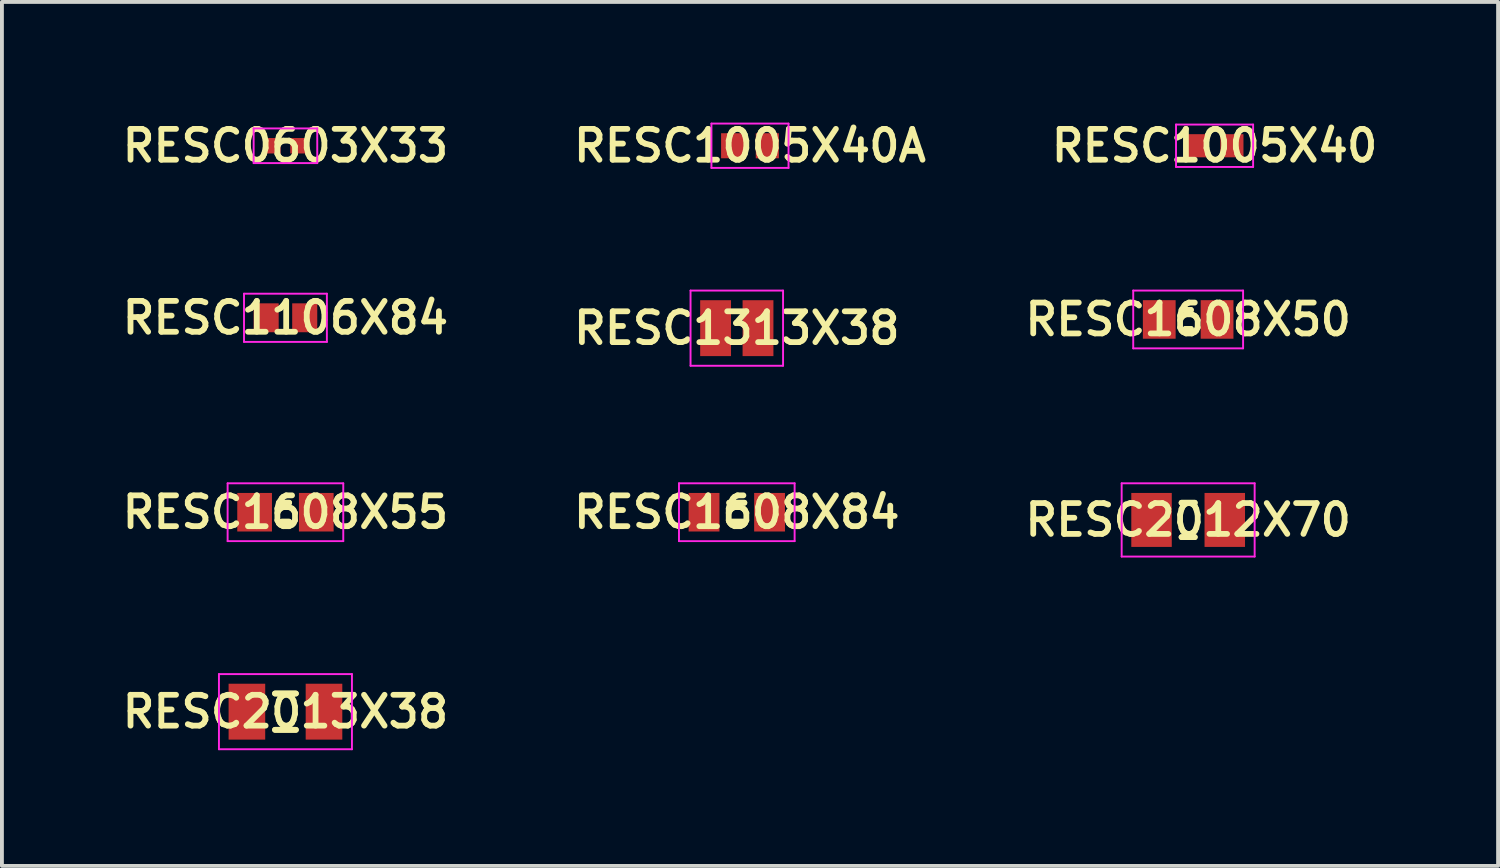
<source format=kicad_pcb>
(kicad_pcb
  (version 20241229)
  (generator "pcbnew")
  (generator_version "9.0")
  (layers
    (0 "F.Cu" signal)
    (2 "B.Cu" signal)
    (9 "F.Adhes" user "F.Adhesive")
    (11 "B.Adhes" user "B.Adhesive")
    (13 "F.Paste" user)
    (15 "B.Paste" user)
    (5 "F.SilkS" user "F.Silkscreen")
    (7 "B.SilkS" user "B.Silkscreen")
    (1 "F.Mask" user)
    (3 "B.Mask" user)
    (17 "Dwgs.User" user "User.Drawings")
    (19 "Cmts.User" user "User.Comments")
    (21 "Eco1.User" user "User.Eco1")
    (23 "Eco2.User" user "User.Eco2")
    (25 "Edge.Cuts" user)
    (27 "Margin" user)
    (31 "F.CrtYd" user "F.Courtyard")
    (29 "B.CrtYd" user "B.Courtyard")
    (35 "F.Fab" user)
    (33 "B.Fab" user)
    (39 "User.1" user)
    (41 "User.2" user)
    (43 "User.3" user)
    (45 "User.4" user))
  (footprint "RESC1608X84"
    (layer "F.Cu")
    (at 16.064 10.238)
    (property "Reference" "RESC1608X84" (at 0 0 0) (layer "F.SilkS") (effects (font (size 0.8 0.8) (thickness 0.15))))
    (attr smd)
    (fp_line (start -0.196 -0.246) (end 0.196 -0.246) (stroke (width 0.15) (type solid)) (layer "F.SilkS"))
    (fp_line (start -0.196 0.246) (end 0.196 0.246) (stroke (width 0.15) (type solid)) (layer "F.SilkS"))
    (fp_line (start 0.196 -0.246) (end -0.196 -0.246) (stroke (width 0.15) (type solid)) (layer "F.SilkS"))
    (fp_line (start 0.196 0.246) (end -0.196 0.246) (stroke (width 0.15) (type solid)) (layer "F.SilkS"))
    (fp_line (start -1.5 -0.75) (end 1.5 -0.75) (stroke (width 0.05) (type solid)) (layer "F.CrtYd"))
    (fp_line (start -1.5 0.75) (end -1.5 -0.75) (stroke (width 0.05) (type solid)) (layer "F.CrtYd"))
    (fp_line (start 1.5 -0.75) (end 1.5 0.75) (stroke (width 0.05) (type solid)) (layer "F.CrtYd"))
    (fp_line (start 1.5 0.75) (end -1.5 0.75) (stroke (width 0.05) (type solid)) (layer "F.CrtYd"))
    (pad "1" smd rect (at -0.85 0) (size 0.8 1) (layers "F.Cu" "F.Mask" "F.Paste"))
    (pad "2" smd rect (at 0.85 0) (size 0.8 1) (layers "F.Cu" "F.Mask" "F.Paste")))
  (footprint "RESC1005X40"
    (layer "F.Cu")
    (at 28.458 0.731)
    (property "Reference" "RESC1005X40" (at 0 0 0) (layer "F.SilkS") (effects (font (size 0.8 0.8) (thickness 0.15))))
    (attr smd)
    (fp_line (start -1 -0.55) (end 1 -0.55) (stroke (width 0.05) (type solid)) (layer "F.CrtYd"))
    (fp_line (start -1 0.55) (end -1 -0.55) (stroke (width 0.05) (type solid)) (layer "F.CrtYd"))
    (fp_line (start 1 -0.55) (end 1 0.55) (stroke (width 0.05) (type solid)) (layer "F.CrtYd"))
    (fp_line (start 1 0.55) (end -1 0.55) (stroke (width 0.05) (type solid)) (layer "F.CrtYd"))
    (pad "1" smd rect (at -0.45 0) (size 0.6 0.6) (layers "F.Cu" "F.Mask" "F.Paste"))
    (pad "2" smd rect (at 0.45 0) (size 0.6 0.6) (layers "F.Cu" "F.Mask" "F.Paste")))
  (footprint "RESC2012X70"
    (layer "F.Cu")
    (at 27.773 10.438)
    (property "Reference" "RESC2012X70" (at 0 0 0) (layer "F.SilkS") (effects (font (size 0.8 0.8) (thickness 0.15))))
    (attr smd)
    (fp_line (start -0.171 -0.446) (end 0.171 -0.446) (stroke (width 0.15) (type solid)) (layer "F.SilkS"))
    (fp_line (start -0.171 0.446) (end 0.171 0.446) (stroke (width 0.15) (type solid)) (layer "F.SilkS"))
    (fp_line (start 0.171 -0.446) (end -0.171 -0.446) (stroke (width 0.15) (type solid)) (layer "F.SilkS"))
    (fp_line (start 0.171 0.446) (end -0.171 0.446) (stroke (width 0.15) (type solid)) (layer "F.SilkS"))
    (fp_line (start -1.725 -0.95) (end 1.725 -0.95) (stroke (width 0.05) (type solid)) (layer "F.CrtYd"))
    (fp_line (start -1.725 0.95) (end -1.725 -0.95) (stroke (width 0.05) (type solid)) (layer "F.CrtYd"))
    (fp_line (start 1.725 -0.95) (end 1.725 0.95) (stroke (width 0.05) (type solid)) (layer "F.CrtYd"))
    (fp_line (start 1.725 0.95) (end -1.725 0.95) (stroke (width 0.05) (type solid)) (layer "F.CrtYd"))
    (pad "1" smd rect (at -0.95 0) (size 1.05 1.4) (layers "F.Cu" "F.Mask" "F.Paste"))
    (pad "2" smd rect (at 0.95 0) (size 1.05 1.4) (layers "F.Cu" "F.Mask" "F.Paste")))
  (footprint "RESC1313X38"
    (layer "F.Cu")
    (at 16.064 5.463)
    (property "Reference" "RESC1313X38" (at 0 0 0) (layer "F.SilkS") (effects (font (size 0.8 0.8) (thickness 0.15))))
    (attr smd)
    (fp_line (start -1.2 -0.975) (end 1.2 -0.975) (stroke (width 0.05) (type solid)) (layer "F.CrtYd"))
    (fp_line (start -1.2 0.975) (end -1.2 -0.975) (stroke (width 0.05) (type solid)) (layer "F.CrtYd"))
    (fp_line (start 1.2 -0.975) (end 1.2 0.975) (stroke (width 0.05) (type solid)) (layer "F.CrtYd"))
    (fp_line (start 1.2 0.975) (end -1.2 0.975) (stroke (width 0.05) (type solid)) (layer "F.CrtYd"))
    (pad "1" smd rect (at -0.55 0) (size 0.8 1.45) (layers "F.Cu" "F.Mask" "F.Paste"))
    (pad "2" smd rect (at 0.55 0) (size 0.8 1.45) (layers "F.Cu" "F.Mask" "F.Paste")))
  (footprint "RESC1005X40A"
    (layer "F.Cu")
    (at 16.406 0.731)
    (property "Reference" "RESC1005X40A" (at 0 0 0) (layer "F.SilkS") (effects (font (size 0.8 0.8) (thickness 0.15))))
    (attr smd)
    (fp_line (start -1 -0.575) (end 1 -0.575) (stroke (width 0.05) (type solid)) (layer "F.CrtYd"))
    (fp_line (start -1 0.575) (end -1 -0.575) (stroke (width 0.05) (type solid)) (layer "F.CrtYd"))
    (fp_line (start 1 -0.575) (end 1 0.575) (stroke (width 0.05) (type solid)) (layer "F.CrtYd"))
    (fp_line (start 1 0.575) (end -1 0.575) (stroke (width 0.05) (type solid)) (layer "F.CrtYd"))
    (pad "1" smd rect (at -0.45 0) (size 0.6 0.65) (layers "F.Cu" "F.Mask" "F.Paste"))
    (pad "2" smd rect (at 0.45 0) (size 0.6 0.65) (layers "F.Cu" "F.Mask" "F.Paste")))
  (footprint "RESC0603X33"
    (layer "F.Cu")
    (at 4.355 0.731)
    (property "Reference" "RESC0603X33" (at 0 0 0) (layer "F.SilkS") (effects (font (size 0.8 0.8) (thickness 0.15))))
    (attr smd)
    (fp_line (start -0.825 -0.45) (end 0.825 -0.45) (stroke (width 0.05) (type solid)) (layer "F.CrtYd"))
    (fp_line (start -0.825 0.45) (end -0.825 -0.45) (stroke (width 0.05) (type solid)) (layer "F.CrtYd"))
    (fp_line (start 0.825 -0.45) (end 0.825 0.45) (stroke (width 0.05) (type solid)) (layer "F.CrtYd"))
    (fp_line (start 0.825 0.45) (end -0.825 0.45) (stroke (width 0.05) (type solid)) (layer "F.CrtYd"))
    (pad "1" smd rect (at -0.35 0) (size 0.45 0.4) (layers "F.Cu" "F.Mask" "F.Paste"))
    (pad "2" smd rect (at 0.35 0) (size 0.45 0.4) (layers "F.Cu" "F.Mask" "F.Paste")))
  (footprint "RESC1608X50"
    (layer "F.Cu")
    (at 27.773 5.237)
    (property "Reference" "RESC1608X50" (at 0 0 0) (layer "F.SilkS") (effects (font (size 0.8 0.8) (thickness 0.15))))
    (attr smd)
    (fp_line (start -0.071 -0.246) (end 0.071 -0.246) (stroke (width 0.15) (type solid)) (layer "F.SilkS"))
    (fp_line (start -0.071 0.246) (end 0.071 0.246) (stroke (width 0.15) (type solid)) (layer "F.SilkS"))
    (fp_line (start 0.071 -0.246) (end -0.071 -0.246) (stroke (width 0.15) (type solid)) (layer "F.SilkS"))
    (fp_line (start 0.071 0.246) (end -0.071 0.246) (stroke (width 0.15) (type solid)) (layer "F.SilkS"))
    (fp_line (start -1.425 -0.75) (end 1.425 -0.75) (stroke (width 0.05) (type solid)) (layer "F.CrtYd"))
    (fp_line (start -1.425 0.75) (end -1.425 -0.75) (stroke (width 0.05) (type solid)) (layer "F.CrtYd"))
    (fp_line (start 1.425 -0.75) (end 1.425 0.75) (stroke (width 0.05) (type solid)) (layer "F.CrtYd"))
    (fp_line (start 1.425 0.75) (end -1.425 0.75) (stroke (width 0.05) (type solid)) (layer "F.CrtYd"))
    (pad "1" smd rect (at -0.75 0) (size 0.85 1) (layers "F.Cu" "F.Mask" "F.Paste"))
    (pad "2" smd rect (at 0.75 0) (size 0.85 1) (layers "F.Cu" "F.Mask" "F.Paste")))
  (footprint "RESC1608X55"
    (layer "F.Cu")
    (at 4.355 10.238)
    (property "Reference" "RESC1608X55" (at 0 0 0) (layer "F.SilkS") (effects (font (size 0.8 0.8) (thickness 0.15))))
    (attr smd)
    (fp_line (start -0.096 -0.246) (end 0.096 -0.246) (stroke (width 0.15) (type solid)) (layer "F.SilkS"))
    (fp_line (start -0.096 0.246) (end 0.096 0.246) (stroke (width 0.15) (type solid)) (layer "F.SilkS"))
    (fp_line (start 0.096 -0.246) (end -0.096 -0.246) (stroke (width 0.15) (type solid)) (layer "F.SilkS"))
    (fp_line (start 0.096 0.246) (end -0.096 0.246) (stroke (width 0.15) (type solid)) (layer "F.SilkS"))
    (fp_line (start -1.5 -0.75) (end 1.5 -0.75) (stroke (width 0.05) (type solid)) (layer "F.CrtYd"))
    (fp_line (start -1.5 0.75) (end -1.5 -0.75) (stroke (width 0.05) (type solid)) (layer "F.CrtYd"))
    (fp_line (start 1.5 -0.75) (end 1.5 0.75) (stroke (width 0.05) (type solid)) (layer "F.CrtYd"))
    (fp_line (start 1.5 0.75) (end -1.5 0.75) (stroke (width 0.05) (type solid)) (layer "F.CrtYd"))
    (pad "1" smd rect (at -0.8 0) (size 0.9 1) (layers "F.Cu" "F.Mask" "F.Paste"))
    (pad "2" smd rect (at 0.8 0) (size 0.9 1) (layers "F.Cu" "F.Mask" "F.Paste")))
  (footprint "RESC2013X38"
    (layer "F.Cu")
    (at 4.355 15.412)
    (property "Reference" "RESC2013X38" (at 0 0 0) (layer "F.SilkS") (effects (font (size 0.8 0.8) (thickness 0.15))))
    (attr smd)
    (fp_line (start -0.271 -0.471) (end 0.271 -0.471) (stroke (width 0.15) (type solid)) (layer "F.SilkS"))
    (fp_line (start -0.271 0.471) (end 0.271 0.471) (stroke (width 0.15) (type solid)) (layer "F.SilkS"))
    (fp_line (start 0.271 -0.471) (end -0.271 -0.471) (stroke (width 0.15) (type solid)) (layer "F.SilkS"))
    (fp_line (start 0.271 0.471) (end -0.271 0.471) (stroke (width 0.15) (type solid)) (layer "F.SilkS"))
    (fp_line (start -1.725 -0.975) (end 1.725 -0.975) (stroke (width 0.05) (type solid)) (layer "F.CrtYd"))
    (fp_line (start -1.725 0.975) (end -1.725 -0.975) (stroke (width 0.05) (type solid)) (layer "F.CrtYd"))
    (fp_line (start 1.725 -0.975) (end 1.725 0.975) (stroke (width 0.05) (type solid)) (layer "F.CrtYd"))
    (fp_line (start 1.725 0.975) (end -1.725 0.975) (stroke (width 0.05) (type solid)) (layer "F.CrtYd"))
    (pad "1" smd rect (at -1 0) (size 0.95 1.45) (layers "F.Cu" "F.Mask" "F.Paste"))
    (pad "2" smd rect (at 1 0) (size 0.95 1.45) (layers "F.Cu" "F.Mask" "F.Paste")))
  (footprint "RESC1106X84"
    (layer "F.Cu")
    (at 4.355 5.194)
    (property "Reference" "RESC1106X84" (at 0 0 0) (layer "F.SilkS") (effects (font (size 0.8 0.8) (thickness 0.15))))
    (attr smd)
    (fp_line (start -1.075 -0.625) (end 1.075 -0.625) (stroke (width 0.05) (type solid)) (layer "F.CrtYd"))
    (fp_line (start -1.075 0.625) (end -1.075 -0.625) (stroke (width 0.05) (type solid)) (layer "F.CrtYd"))
    (fp_line (start 1.075 -0.625) (end 1.075 0.625) (stroke (width 0.05) (type solid)) (layer "F.CrtYd"))
    (fp_line (start 1.075 0.625) (end -1.075 0.625) (stroke (width 0.05) (type solid)) (layer "F.CrtYd"))
    (pad "1" smd rect (at -0.5 0) (size 0.65 0.75) (layers "F.Cu" "F.Mask" "F.Paste"))
    (pad "2" smd rect (at 0.5 0) (size 0.65 0.75) (layers "F.Cu" "F.Mask" "F.Paste")))
  (gr_rect
    (start -3 -3)
    (end 35.813 19.413)
    (stroke (width 0.1) (type default))
    (fill no)
    (layer "Edge.Cuts")))
</source>
